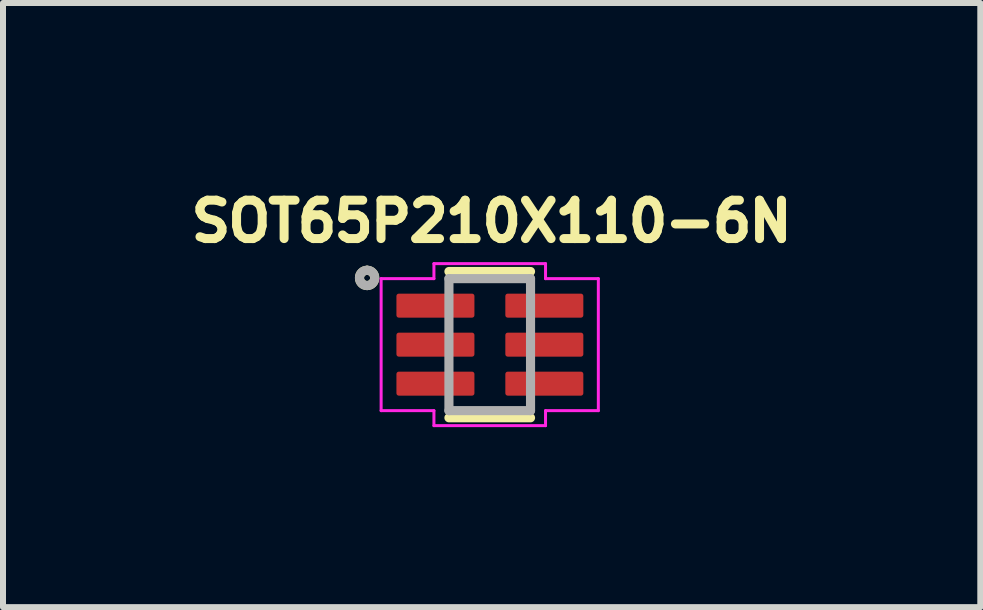
<source format=kicad_pcb>
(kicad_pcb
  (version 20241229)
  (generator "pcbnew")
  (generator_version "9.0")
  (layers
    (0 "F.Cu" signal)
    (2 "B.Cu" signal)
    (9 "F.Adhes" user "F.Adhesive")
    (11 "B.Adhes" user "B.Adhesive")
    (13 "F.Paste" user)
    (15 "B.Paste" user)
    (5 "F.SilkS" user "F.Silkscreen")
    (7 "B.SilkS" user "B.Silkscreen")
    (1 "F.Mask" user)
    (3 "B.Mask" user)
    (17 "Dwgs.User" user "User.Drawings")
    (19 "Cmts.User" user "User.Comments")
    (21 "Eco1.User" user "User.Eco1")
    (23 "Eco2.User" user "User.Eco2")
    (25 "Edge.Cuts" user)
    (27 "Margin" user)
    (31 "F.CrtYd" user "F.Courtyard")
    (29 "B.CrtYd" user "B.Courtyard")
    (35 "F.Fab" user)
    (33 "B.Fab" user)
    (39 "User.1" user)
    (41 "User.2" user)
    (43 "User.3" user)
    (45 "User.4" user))
  (footprint "SOT65P210X110-6N"
    (layer "F.Cu")
    (at 5.112 2.694)
    (property "Reference" "SOT65P210X110-6N" (at 0.032 -2.056 0) (layer "F.SilkS") (effects (font (size 0.64 0.64) (thickness 0.15))))
    (attr through_hole)
    (fp_line (start -0.68 1.219) (end 0.68 1.219) (stroke (width 0.152) (type solid)) (layer "F.SilkS"))
    (fp_line (start 0.68 -1.219) (end -0.68 -1.219) (stroke (width 0.152) (type solid)) (layer "F.SilkS"))
    (fp_arc (start -2.0438 -1.2392) (mid -1.9168 -1.1122) (end -2.0438 -0.9852) (stroke (width 0.1524) (type solid)) (layer "F.SilkS"))
    (fp_arc (start -2.0438 -0.9852) (mid -2.1708 -1.1122) (end -2.0438 -1.2392) (stroke (width 0.1524) (type solid)) (layer "F.SilkS"))
    (fp_line (start -1.81 -1.1) (end -0.93 -1.1) (stroke (width 0.05) (type solid)) (layer "F.CrtYd"))
    (fp_line (start -1.81 1.1) (end -1.81 -1.1) (stroke (width 0.05) (type solid)) (layer "F.CrtYd"))
    (fp_line (start -0.93 -1.35) (end 0.93 -1.35) (stroke (width 0.05) (type solid)) (layer "F.CrtYd"))
    (fp_line (start -0.93 -1.1) (end -0.93 -1.35) (stroke (width 0.05) (type solid)) (layer "F.CrtYd"))
    (fp_line (start -0.93 1.1) (end -1.81 1.1) (stroke (width 0.05) (type solid)) (layer "F.CrtYd"))
    (fp_line (start -0.93 1.35) (end -0.93 1.1) (stroke (width 0.05) (type solid)) (layer "F.CrtYd"))
    (fp_line (start 0.93 -1.35) (end 0.93 -1.1) (stroke (width 0.05) (type solid)) (layer "F.CrtYd"))
    (fp_line (start 0.93 -1.1) (end 1.81 -1.1) (stroke (width 0.05) (type solid)) (layer "F.CrtYd"))
    (fp_line (start 0.93 1.1) (end 0.93 1.35) (stroke (width 0.05) (type solid)) (layer "F.CrtYd"))
    (fp_line (start 0.93 1.35) (end -0.93 1.35) (stroke (width 0.05) (type solid)) (layer "F.CrtYd"))
    (fp_line (start 1.81 -1.1) (end 1.81 1.1) (stroke (width 0.05) (type solid)) (layer "F.CrtYd"))
    (fp_line (start 1.81 1.1) (end 0.93 1.1) (stroke (width 0.05) (type solid)) (layer "F.CrtYd"))
    (fp_line (start -0.68 -1.1) (end -0.68 1.1) (stroke (width 0.152) (type solid)) (layer "F.Fab"))
    (fp_line (start -0.68 1.1) (end 0.68 1.1) (stroke (width 0.152) (type solid)) (layer "F.Fab"))
    (fp_line (start 0.68 -1.1) (end -0.68 -1.1) (stroke (width 0.152) (type solid)) (layer "F.Fab"))
    (fp_line (start 0.68 1.1) (end 0.68 -1.1) (stroke (width 0.152) (type solid)) (layer "F.Fab"))
    (fp_arc (start -2.0438 -1.2392) (mid -1.9168 -1.1122) (end -2.0438 -0.9852) (stroke (width 0.1524) (type solid)) (layer "F.Fab"))
    (fp_arc (start -2.0438 -0.9852) (mid -2.1708 -1.1122) (end -2.0438 -1.2392) (stroke (width 0.1524) (type solid)) (layer "F.Fab"))
    (pad "1" smd roundrect (at -0.905 -0.65) (size 1.3 0.4) (layers "F.Cu" "F.Mask" "F.Paste") (roundrect_rratio 0.1))
    (pad "2" smd roundrect (at -0.905 0) (size 1.3 0.4) (layers "F.Cu" "F.Mask" "F.Paste") (roundrect_rratio 0.1))
    (pad "3" smd roundrect (at -0.905 0.65) (size 1.3 0.4) (layers "F.Cu" "F.Mask" "F.Paste") (roundrect_rratio 0.1))
    (pad "4" smd roundrect (at 0.91 0.65) (size 1.3 0.4) (layers "F.Cu" "F.Mask" "F.Paste") (roundrect_rratio 0.1))
    (pad "5" smd roundrect (at 0.91 0) (size 1.3 0.4) (layers "F.Cu" "F.Mask" "F.Paste") (roundrect_rratio 0.1))
    (pad "6" smd roundrect (at 0.91 -0.65) (size 1.3 0.4) (layers "F.Cu" "F.Mask" "F.Paste") (roundrect_rratio 0.1)))
  (gr_rect
    (start -3 -3)
    (end 13.288 7.069)
    (stroke (width 0.1) (type default))
    (fill no)
    (layer "Edge.Cuts")))
</source>
